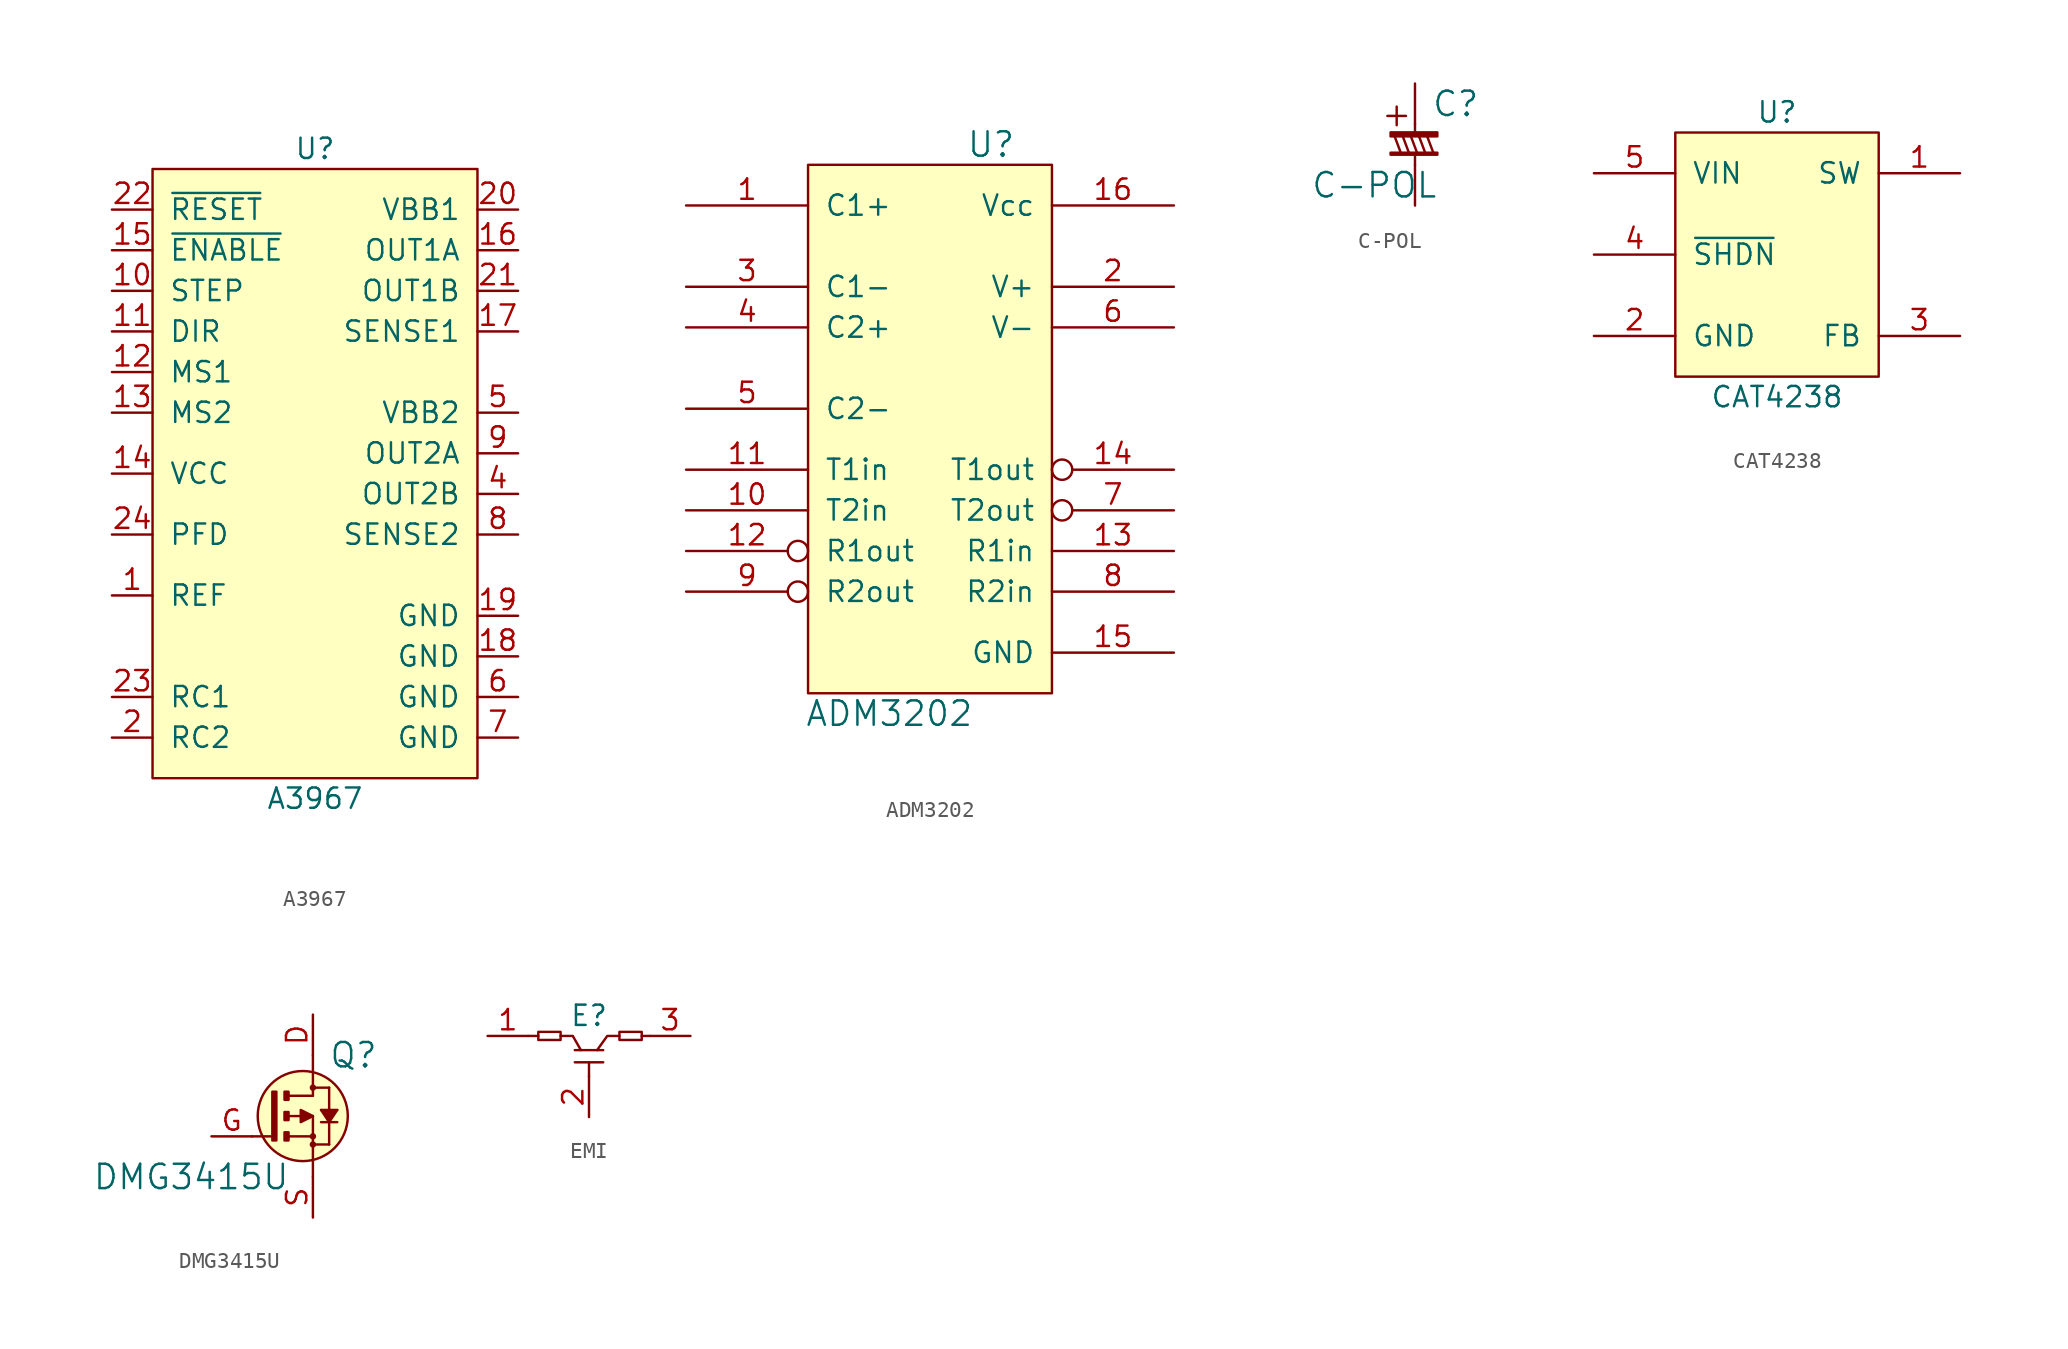
<source format=kicad_sym>
(kicad_symbol_lib
  (version 20220914)
  (generator kicad_symbol_editor)
  (symbol "A3967"
    (pin_names
      (offset 1.016))
    (property "Reference" "U"
      (at 0 20.32 0)
      (effects (font (size 1.27 1.27))))
    (property "Value" "A3967"
      (at 0 -20.32 0)
      (effects (font (size 1.27 1.27))))
    (symbol "A3967_0_1"
      (rectangle (start -10.16 19.05) (end 10.16 -19.05) (stroke (width 0) (type default)) (fill (type background))))
    (symbol "A3967_1_1"
      (pin input line (at -12.7 -7.62 0) (length 2.54) (name "REF" (effects (font (size 1.27 1.27)))) (number "1" (effects (font (size 1.27 1.27)))))
      (pin input line (at -12.7 11.43 0) (length 2.54) (name "STEP" (effects (font (size 1.27 1.27)))) (number "10" (effects (font (size 1.27 1.27)))))
      (pin input line (at -12.7 8.89 0) (length 2.54) (name "DIR" (effects (font (size 1.27 1.27)))) (number "11" (effects (font (size 1.27 1.27)))))
      (pin input line (at -12.7 6.35 0) (length 2.54) (name "MS1" (effects (font (size 1.27 1.27)))) (number "12" (effects (font (size 1.27 1.27)))))
      (pin input line (at -12.7 3.81 0) (length 2.54) (name "MS2" (effects (font (size 1.27 1.27)))) (number "13" (effects (font (size 1.27 1.27)))))
      (pin power_in line (at -12.7 0 0) (length 2.54) (name "VCC" (effects (font (size 1.27 1.27)))) (number "14" (effects (font (size 1.27 1.27)))))
      (pin input line (at -12.7 13.97 0) (length 2.54) (name "~{ENABLE}" (effects (font (size 1.27 1.27)))) (number "15" (effects (font (size 1.27 1.27)))))
      (pin output line (at 12.7 13.97 180) (length 2.54) (name "OUT1A" (effects (font (size 1.27 1.27)))) (number "16" (effects (font (size 1.27 1.27)))))
      (pin input line (at 12.7 8.89 180) (length 2.54) (name "SENSE1" (effects (font (size 1.27 1.27)))) (number "17" (effects (font (size 1.27 1.27)))))
      (pin power_in line (at 12.7 -11.43 180) (length 2.54) (name "GND" (effects (font (size 1.27 1.27)))) (number "18" (effects (font (size 1.27 1.27)))))
      (pin power_in line (at 12.7 -8.89 180) (length 2.54) (name "GND" (effects (font (size 1.27 1.27)))) (number "19" (effects (font (size 1.27 1.27)))))
      (pin input line (at -12.7 -16.51 0) (length 2.54) (name "RC2" (effects (font (size 1.27 1.27)))) (number "2" (effects (font (size 1.27 1.27)))))
      (pin power_in line (at 12.7 16.51 180) (length 2.54) (name "VBB1" (effects (font (size 1.27 1.27)))) (number "20" (effects (font (size 1.27 1.27)))))
      (pin output line (at 12.7 11.43 180) (length 2.54) (name "OUT1B" (effects (font (size 1.27 1.27)))) (number "21" (effects (font (size 1.27 1.27)))))
      (pin input line (at -12.7 16.51 0) (length 2.54) (name "~{RESET}" (effects (font (size 1.27 1.27)))) (number "22" (effects (font (size 1.27 1.27)))))
      (pin input line (at -12.7 -13.97 0) (length 2.54) (name "RC1" (effects (font (size 1.27 1.27)))) (number "23" (effects (font (size 1.27 1.27)))))
      (pin input line (at -12.7 -3.81 0) (length 2.54) (name "PFD" (effects (font (size 1.27 1.27)))) (number "24" (effects (font (size 1.27 1.27)))))
      (pin output line (at 12.7 -1.27 180) (length 2.54) (name "OUT2B" (effects (font (size 1.27 1.27)))) (number "4" (effects (font (size 1.27 1.27)))))
      (pin power_in line (at 12.7 3.81 180) (length 2.54) (name "VBB2" (effects (font (size 1.27 1.27)))) (number "5" (effects (font (size 1.27 1.27)))))
      (pin power_in line (at 12.7 -13.97 180) (length 2.54) (name "GND" (effects (font (size 1.27 1.27)))) (number "6" (effects (font (size 1.27 1.27)))))
      (pin power_in line (at 12.7 -16.51 180) (length 2.54) (name "GND" (effects (font (size 1.27 1.27)))) (number "7" (effects (font (size 1.27 1.27)))))
      (pin input line (at 12.7 -3.81 180) (length 2.54) (name "SENSE2" (effects (font (size 1.27 1.27)))) (number "8" (effects (font (size 1.27 1.27)))))
      (pin output line (at 12.7 1.27 180) (length 2.54) (name "OUT2A" (effects (font (size 1.27 1.27)))) (number "9" (effects (font (size 1.27 1.27)))))))
  (symbol "ADM3202"
    (pin_names
      (offset 1.016))
    (property "Reference" "U"
      (at 3.81 17.78 0)
      (effects (font (size 1.524 1.524))))
    (property "Value" "ADM3202"
      (at -2.54 -17.78 0)
      (effects (font (size 1.524 1.524))))
    (property "Footprint" ""
      (at 0 0 0)
      (effects (font (size 1.524 1.524))))
    (property "Datasheet" ""
      (at 0 0 0)
      (effects (font (size 1.524 1.524))))
    (symbol "ADM3202_0_1"
      (rectangle (start -7.62 16.51) (end 7.62 -16.51) (stroke (width 0) (type default)) (fill (type background))))
    (symbol "ADM3202_1_1"
      (pin passive line (at -15.24 13.97 0) (length 7.62) (name "C1+" (effects (font (size 1.27 1.27)))) (number "1" (effects (font (size 1.27 1.27)))))
      (pin input line (at -15.24 -5.08 0) (length 7.62) (name "T2in" (effects (font (size 1.27 1.27)))) (number "10" (effects (font (size 1.27 1.27)))))
      (pin input line (at -15.24 -2.54 0) (length 7.62) (name "T1in" (effects (font (size 1.27 1.27)))) (number "11" (effects (font (size 1.27 1.27)))))
      (pin output inverted (at -15.24 -7.62 0) (length 7.62) (name "R1out" (effects (font (size 1.27 1.27)))) (number "12" (effects (font (size 1.27 1.27)))))
      (pin input line (at 15.24 -7.62 180) (length 7.62) (name "R1in" (effects (font (size 1.27 1.27)))) (number "13" (effects (font (size 1.27 1.27)))))
      (pin output inverted (at 15.24 -2.54 180) (length 7.62) (name "T1out" (effects (font (size 1.27 1.27)))) (number "14" (effects (font (size 1.27 1.27)))))
      (pin power_in line (at 15.24 -13.97 180) (length 7.62) (name "GND" (effects (font (size 1.27 1.27)))) (number "15" (effects (font (size 1.27 1.27)))))
      (pin power_in line (at 15.24 13.97 180) (length 7.62) (name "Vcc" (effects (font (size 1.27 1.27)))) (number "16" (effects (font (size 1.27 1.27)))))
      (pin passive line (at 15.24 8.89 180) (length 7.62) (name "V+" (effects (font (size 1.27 1.27)))) (number "2" (effects (font (size 1.27 1.27)))))
      (pin passive line (at -15.24 8.89 0) (length 7.62) (name "C1-" (effects (font (size 1.27 1.27)))) (number "3" (effects (font (size 1.27 1.27)))))
      (pin passive line (at -15.24 6.35 0) (length 7.62) (name "C2+" (effects (font (size 1.27 1.27)))) (number "4" (effects (font (size 1.27 1.27)))))
      (pin passive line (at -15.24 1.27 0) (length 7.62) (name "C2-" (effects (font (size 1.27 1.27)))) (number "5" (effects (font (size 1.27 1.27)))))
      (pin passive line (at 15.24 6.35 180) (length 7.62) (name "V-" (effects (font (size 1.27 1.27)))) (number "6" (effects (font (size 1.27 1.27)))))
      (pin output inverted (at 15.24 -5.08 180) (length 7.62) (name "T2out" (effects (font (size 1.27 1.27)))) (number "7" (effects (font (size 1.27 1.27)))))
      (pin input line (at 15.24 -10.16 180) (length 7.62) (name "R2in" (effects (font (size 1.27 1.27)))) (number "8" (effects (font (size 1.27 1.27)))))
      (pin output inverted (at -15.24 -10.16 0) (length 7.62) (name "R2out" (effects (font (size 1.27 1.27)))) (number "9" (effects (font (size 1.27 1.27)))))))
  (symbol "C-POL"
    (pin_numbers hide)
    (pin_names
      (offset 1.016) hide)
    (property "Reference" "C"
      (at 2.54 2.54 0)
      (effects (font (size 1.524 1.524))))
    (property "Value" "C-POL"
      (at -2.54 -2.54 0)
      (effects (font (size 1.524 1.524))))
    (symbol "C-POL_0_0"
      (text "+" (at -1.143 1.905 0) (effects (font (size 1.524 1.524)))))
    (symbol "C-POL_0_1"
      (rectangle (start -1.524 -0.508) (end 1.397 -0.635) (stroke (width 0) (type default)) (fill (type none)))
      (rectangle (start -1.524 0.762) (end 1.397 0.508) (stroke (width 0) (type default)) (fill (type outline)))
      (rectangle (start 0 -0.635) (end 0 -1.27) (stroke (width 0) (type default)) (fill (type none)))
      (polyline (pts (xy -1.27 0.508) (xy -0.889 -0.508)) (stroke (width 0) (type default)) (fill (type none)))
      (polyline (pts (xy -0.762 0.508) (xy -0.381 -0.508)) (stroke (width 0) (type default)) (fill (type none)))
      (polyline (pts (xy -0.254 0.508) (xy 0.127 -0.508)) (stroke (width 0) (type default)) (fill (type none)))
      (polyline (pts (xy 0.254 0.508) (xy 0.635 -0.508)) (stroke (width 0) (type default)) (fill (type none)))
      (polyline (pts (xy 0.762 0.508) (xy 1.143 -0.508)) (stroke (width 0) (type default)) (fill (type none)))
      (rectangle (start 0 1.27) (end 0 0.762) (stroke (width 0) (type default)) (fill (type none))))
    (symbol "C-POL_1_1"
      (pin passive line (at 0 3.81 270) (length 2.54) (name "~" (effects (font (size 1.27 1.27)))) (number "1" (effects (font (size 1.27 1.27)))))
      (pin passive line (at 0 -3.81 90) (length 2.54) (name "~" (effects (font (size 1.27 1.27)))) (number "2" (effects (font (size 1.27 1.27)))))))
  (symbol "CAT4238"
    (pin_names
      (offset 1.016))
    (property "Reference" "U"
      (at 0 8.89 0)
      (effects (font (size 1.27 1.27))))
    (property "Value" "CAT4238"
      (at 0 -8.89 0)
      (effects (font (size 1.27 1.27))))
    (symbol "CAT4238_0_1"
      (rectangle (start -6.35 7.62) (end 6.35 -7.62) (stroke (width 0) (type default)) (fill (type background))))
    (symbol "CAT4238_1_1"
      (pin output line (at 11.43 5.08 180) (length 5.08) (name "SW" (effects (font (size 1.27 1.27)))) (number "1" (effects (font (size 1.27 1.27)))))
      (pin power_in line (at -11.43 -5.08 0) (length 5.08) (name "GND" (effects (font (size 1.27 1.27)))) (number "2" (effects (font (size 1.27 1.27)))))
      (pin power_in line (at 11.43 -5.08 180) (length 5.08) (name "FB" (effects (font (size 1.27 1.27)))) (number "3" (effects (font (size 1.27 1.27)))))
      (pin power_in line (at -11.43 0 0) (length 5.08) (name "~{SHDN}" (effects (font (size 1.27 1.27)))) (number "4" (effects (font (size 1.27 1.27)))))
      (pin power_in line (at -11.43 5.08 0) (length 5.08) (name "VIN" (effects (font (size 1.27 1.27)))) (number "5" (effects (font (size 1.27 1.27)))))))
  (symbol "DMG3415U"
    (pin_names
      (offset 1.016))
    (property "Reference" "Q"
      (at 2.54 3.81 0)
      (effects (font (size 1.524 1.524))))
    (property "Value" "DMG3415U"
      (at -7.62 -3.81 0)
      (effects (font (size 1.524 1.524))))
    (property "Footprint" ""
      (at 0 0 0)
      (effects (font (size 1.524 1.524))))
    (property "Datasheet" ""
      (at 0 0 0)
      (effects (font (size 1.524 1.524))))
    (symbol "DMG3415U_0_1"
      (rectangle (start -2.286 -1.524) (end -2.54 1.524) (stroke (width 0) (type default)) (fill (type outline)))
      (rectangle (start -1.778 -1.524) (end -1.524 -1.016) (stroke (width 0) (type default)) (fill (type outline)))
      (rectangle (start -1.778 -0.254) (end -1.524 0.254) (stroke (width 0) (type default)) (fill (type outline)))
      (rectangle (start -1.778 1.016) (end -1.524 1.524) (stroke (width 0) (type default)) (fill (type outline)))
      (circle (center -0.635 0) (radius 2.819) (stroke (width 0) (type default)) (fill (type background)))
      (circle (center 0 -1.778) (radius 0.127) (stroke (width 0) (type default)) (fill (type none)))
      (circle (center 0 -1.27) (radius 0.127) (stroke (width 0) (type default)) (fill (type none)))
      (polyline (pts (xy 0 0) (xy -1.549 0)) (stroke (width 0) (type default)) (fill (type none)))
      (polyline (pts (xy 1.524 -0.381) (xy 0.508 -0.381)) (stroke (width 0) (type default)) (fill (type none)))
      (polyline (pts (xy -2.54 -1.27) (xy -3.81 -1.27) (xy -3.81 -1.27)) (stroke (width 0) (type default)) (fill (type none)))
      (polyline (pts (xy -1.524 -1.27) (xy 0 -1.27) (xy 0 -1.27)) (stroke (width 0) (type default)) (fill (type none)))
      (polyline (pts (xy -1.524 1.27) (xy 0 1.27) (xy 0 1.27)) (stroke (width 0) (type default)) (fill (type none)))
      (polyline (pts (xy 0 0) (xy 0 -3.81) (xy 0 -3.81)) (stroke (width 0) (type default)) (fill (type none)))
      (polyline (pts (xy 0 1.27) (xy 0 3.81) (xy 0 3.81)) (stroke (width 0) (type default)) (fill (type none)))
      (polyline (pts (xy 0 1.778) (xy 1.016 1.778) (xy 1.016 1.778)) (stroke (width 0) (type default)) (fill (type none)))
      (polyline (pts (xy 0.508 0.381) (xy 1.524 0.381) (xy 1.524 0.381)) (stroke (width 0) (type default)) (fill (type outline)))
      (polyline (pts (xy 1.016 -1.778) (xy 1.016 1.778) (xy 1.016 1.778)) (stroke (width 0) (type default)) (fill (type outline)))
      (polyline (pts (xy 1.524 0.381) (xy 1.016 -0.381) (xy 0.508 0.381)) (stroke (width 0) (type default)) (fill (type outline)))
      (polyline (pts (xy 0 0) (xy -0.762 0.381) (xy -0.762 -0.381) (xy 0 0)) (stroke (width 0) (type default)) (fill (type outline)))
      (polyline (pts (xy 0 -1.778) (xy 1.016 -1.778) (xy 1.016 -1.778) (xy 1.016 -1.778) (xy 1.016 -1.778)) (stroke (width 0) (type default)) (fill (type none)))
      (circle (center 0 1.778) (radius 0.127) (stroke (width 0) (type default)) (fill (type none))))
    (symbol "DMG3415U_1_1"
      (pin passive line (at 0 6.35 270) (length 2.54) (name "~" (effects (font (size 1.27 1.27)))) (number "D" (effects (font (size 1.27 1.27)))))
      (pin passive line (at -6.35 -1.27 0) (length 2.54) (name "~" (effects (font (size 1.27 1.27)))) (number "G" (effects (font (size 1.27 1.27)))))
      (pin passive line (at 0 -6.35 90) (length 2.54) (name "~" (effects (font (size 1.27 1.27)))) (number "S" (effects (font (size 1.27 1.27)))))))
  (symbol "EMI"
    (property "Reference" "E"
      (at 0 1.27 0)
      (effects (font (size 1.27 1.27))))
    (property "Value" ""
      (at 0 0 0)
      (effects (font (size 1.27 1.27))))
    (symbol "EMI_0_1"
      (rectangle (start -3.175 0.254) (end -1.778 -0.254) (stroke (width 0) (type default)) (fill (type none)))
      (polyline (pts (xy -0.889 -1.651) (xy 0.889 -1.651)) (stroke (width 0) (type default)) (fill (type none)))
      (polyline (pts (xy -0.889 -0.889) (xy 0.889 -0.889)) (stroke (width 0) (type default)) (fill (type none)))
      (polyline (pts (xy 0 -1.651) (xy 0 -2.54)) (stroke (width 0) (type default)) (fill (type none)))
      (polyline (pts (xy 3.302 0) (xy 3.81 0)) (stroke (width 0) (type default)) (fill (type none)))
      (polyline (pts (xy -3.175 0) (xy -3.556 0) (xy -3.81 0)) (stroke (width 0) (type default)) (fill (type none)))
      (polyline (pts (xy -0.508 -0.889) (xy -1.016 0) (xy -1.778 0)) (stroke (width 0) (type default)) (fill (type none)))
      (polyline (pts (xy 0.508 -0.889) (xy 1.143 0) (xy 1.905 0)) (stroke (width 0) (type default)) (fill (type none)))
      (rectangle (start 1.905 0.254) (end 3.302 -0.254) (stroke (width 0) (type default)) (fill (type none))))
    (symbol "EMI_1_1"
      (pin passive line (at -6.35 0 0) (length 2.54) (name "~" (effects (font (size 1.27 1.27)))) (number "1" (effects (font (size 1.27 1.27)))))
      (pin passive line (at 0 -5.08 90) (length 2.54) (name "~" (effects (font (size 1.27 1.27)))) (number "2" (effects (font (size 1.27 1.27)))))
      (pin passive line (at 6.35 0 180) (length 2.54) (name "~" (effects (font (size 1.27 1.27)))) (number "3" (effects (font (size 1.27 1.27))))))))
</source>
